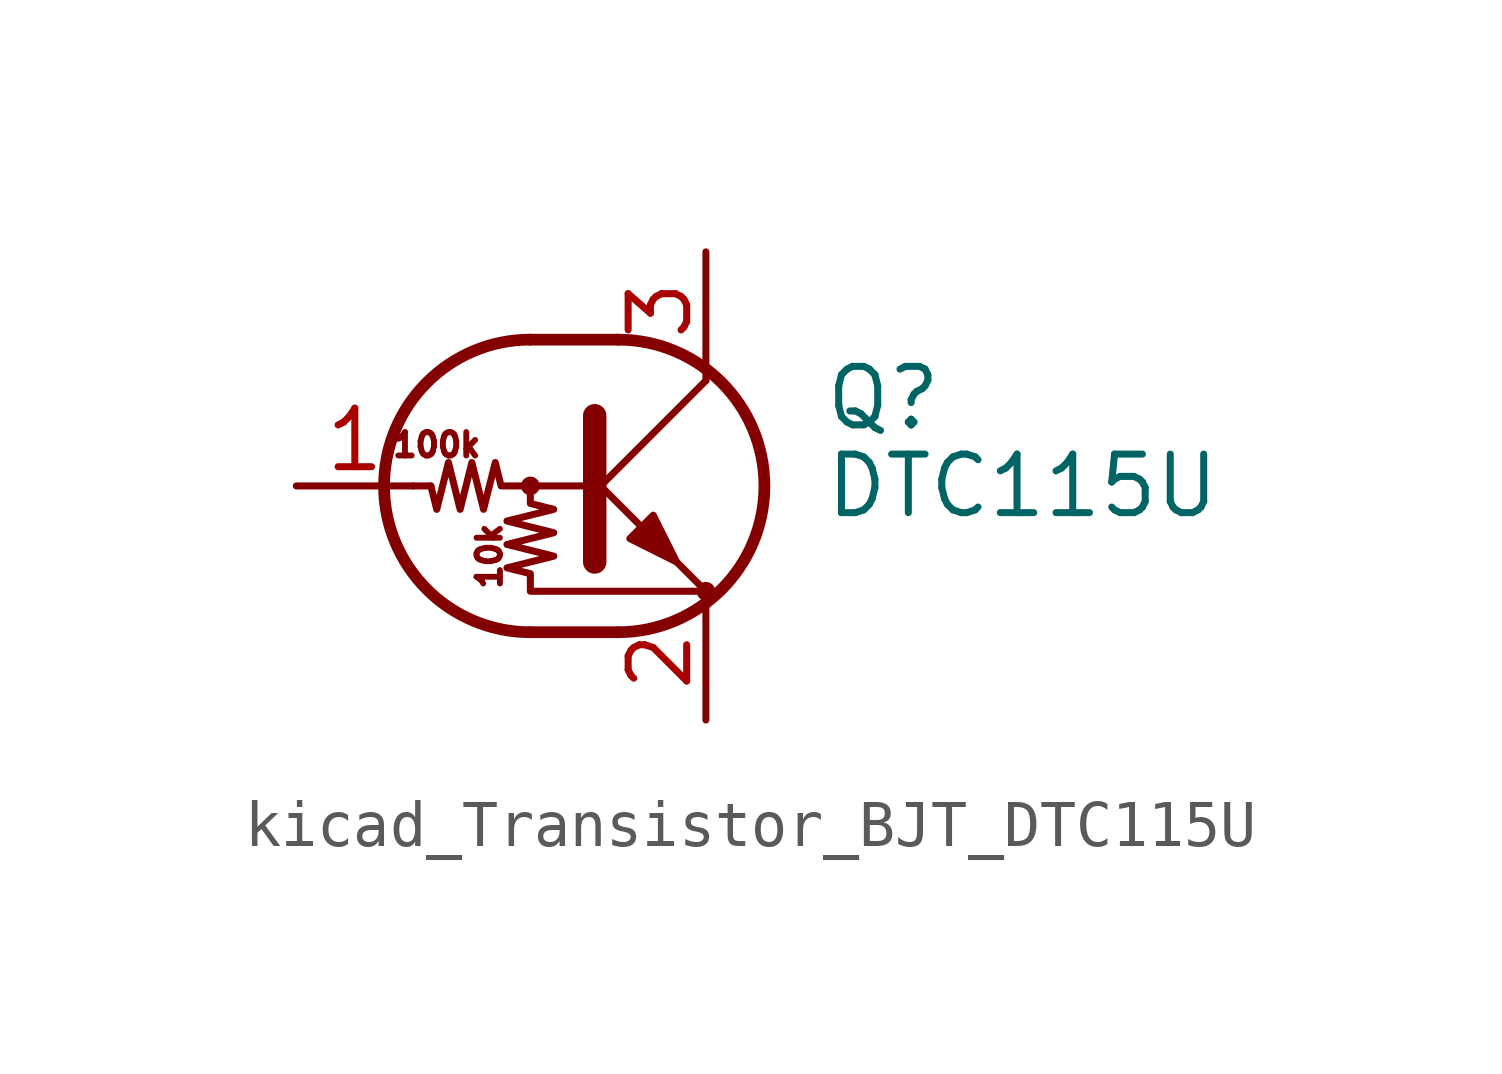
<source format=kicad_sym>
(kicad_symbol_lib
  (version 20220914)
  (generator kicad_symbol_editor)
  (symbol "kicad_Transistor_BJT_DTC115U"
    (pin_names
      (offset 0) hide)
    (property "Reference" "Q"
      (at 5.08 1.905 0)
      (effects (font (size 1.27 1.27)) (justify left)))
    (property "Value" "DTC115U"
      (at 5.08 0 0)
      (effects (font (size 1.27 1.27)) (justify left)))
    (symbol "kicad_Transistor_BJT_DTC115U_0_0"
      (text "100k" (at -3.302 0.889 0) (effects (font (size 0.508 0.508))))
      (text "10k" (at -2.159 -1.524 900) (effects (font (size 0.508 0.508)))))
    (symbol "kicad_Transistor_BJT_DTC115U_0_1"
      (circle (center -1.27 0) (radius 0.127) (stroke (width 0) (type default)) (fill (type none)))
      (arc (start -1.27 3.175) (mid -4.4312 0) (end -1.27 -3.175) (stroke (width 0.254) (type default)) (fill (type none)))
      (polyline (pts (xy -3.429 0) (xy -3.81 0)) (stroke (width 0) (type default)) (fill (type none)))
      (polyline (pts (xy -1.27 -3.175) (xy 0.635 -3.175)) (stroke (width 0.254) (type default)) (fill (type none)))
      (polyline (pts (xy -1.27 3.175) (xy 0.635 3.175)) (stroke (width 0.254) (type default)) (fill (type none)))
      (polyline (pts (xy 0 -0.254) (xy 2.54 2.286)) (stroke (width 0) (type default)) (fill (type none)))
      (polyline (pts (xy 0.127 1.524) (xy 0.127 -1.651)) (stroke (width 0.508) (type default)) (fill (type outline)))
      (polyline (pts (xy 2.54 2.286) (xy 2.54 2.54)) (stroke (width 0) (type default)) (fill (type none)))
      (polyline (pts (xy 2.54 -2.286) (xy 0 0.254) (xy 0 0.254)) (stroke (width 0) (type default)) (fill (type none)))
      (polyline (pts (xy 0.889 -1.143) (xy 1.397 -0.635) (xy 1.905 -1.651) (xy 0.889 -1.143)) (stroke (width 0) (type default)) (fill (type outline)))
      (polyline (pts (xy 0 0) (xy -1.905 0) (xy -2.032 0.508) (xy -2.286 -0.508) (xy -2.54 0.508) (xy -2.794 -0.508) (xy -3.048 0.508) (xy -3.302 -0.508) (xy -3.429 0)) (stroke (width 0) (type default)) (fill (type none)))
      (polyline (pts (xy -1.27 0) (xy -1.27 -0.381) (xy -0.762 -0.508) (xy -1.778 -0.762) (xy -0.762 -1.016) (xy -1.778 -1.27) (xy -0.762 -1.524) (xy -1.778 -1.778) (xy -1.27 -1.905) (xy -1.27 -2.286) (xy 2.54 -2.286)) (stroke (width 0) (type default)) (fill (type none)))
      (arc (start 0.635 -3.175) (mid 3.7962 0) (end 0.635 3.175) (stroke (width 0.254) (type default)) (fill (type none)))
      (circle (center 2.54 -2.286) (radius 0.127) (stroke (width 0) (type default)) (fill (type none))))
    (symbol "kicad_Transistor_BJT_DTC115U_1_1"
      (pin input line (at -6.35 0 0) (length 2.54) (name "B" (effects (font (size 1.27 1.27)))) (number "1" (effects (font (size 1.27 1.27)))))
      (pin passive line (at 2.54 -5.08 90) (length 2.54) (name "E" (effects (font (size 1.27 1.27)))) (number "2" (effects (font (size 1.27 1.27)))))
      (pin passive line (at 2.54 5.08 270) (length 2.54) (name "C" (effects (font (size 1.27 1.27)))) (number "3" (effects (font (size 1.27 1.27))))))))
</source>
